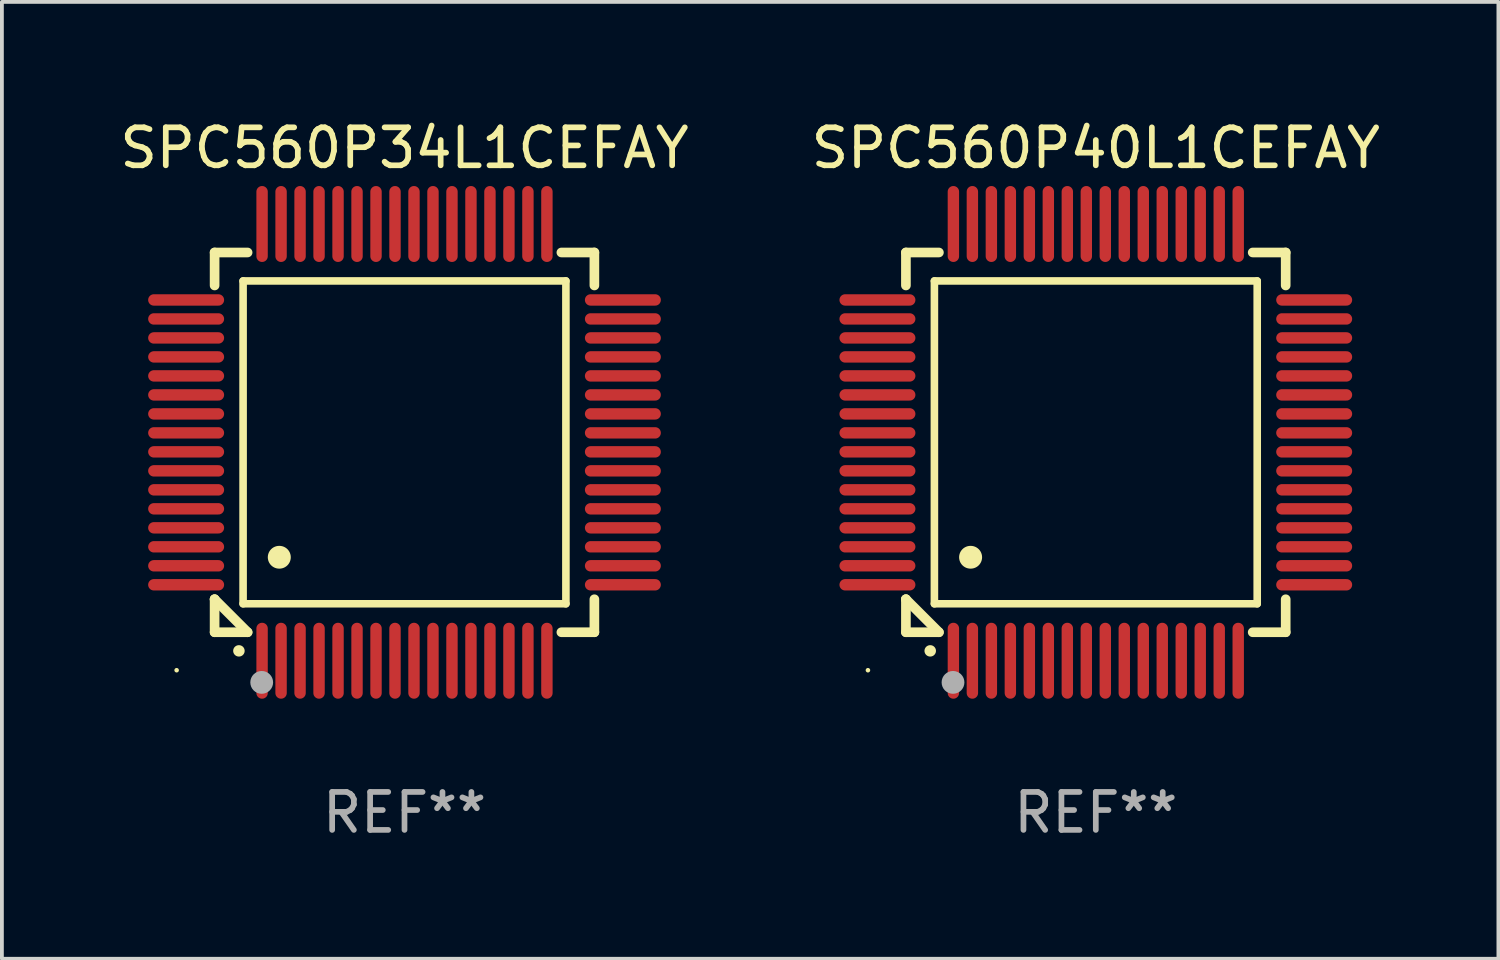
<source format=kicad_pcb>
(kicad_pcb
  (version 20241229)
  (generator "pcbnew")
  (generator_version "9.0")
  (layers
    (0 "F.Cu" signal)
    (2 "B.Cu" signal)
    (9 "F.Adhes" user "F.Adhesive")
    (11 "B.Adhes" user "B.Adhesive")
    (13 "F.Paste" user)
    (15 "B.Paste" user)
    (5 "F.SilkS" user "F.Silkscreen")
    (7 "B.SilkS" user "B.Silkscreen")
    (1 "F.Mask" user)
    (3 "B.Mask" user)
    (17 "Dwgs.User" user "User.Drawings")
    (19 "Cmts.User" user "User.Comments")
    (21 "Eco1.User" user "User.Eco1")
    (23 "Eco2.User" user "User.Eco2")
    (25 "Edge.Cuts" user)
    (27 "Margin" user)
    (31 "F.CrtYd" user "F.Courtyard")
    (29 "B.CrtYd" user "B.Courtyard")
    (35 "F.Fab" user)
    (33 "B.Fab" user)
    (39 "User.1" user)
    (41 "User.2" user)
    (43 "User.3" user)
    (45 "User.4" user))
  (footprint "SPC560P40L1CEFAY"
    (layer "F.Cu")
    (at 25.804 8.598)
    (property "Reference" "SPC560P40L1CEFAY" (at 0 -7.75 0) (layer "F.SilkS") (effects (font (size 1 1) (thickness 0.15))))
    (attr through_hole)
    (fp_line (start -5 -5) (end -4.131 -5) (stroke (width 0.254) (type solid)) (layer "F.SilkS"))
    (fp_line (start -5 -4.131) (end -5 -5) (stroke (width 0.254) (type solid)) (layer "F.SilkS"))
    (fp_line (start -5 4.131) (end -5 4.131) (stroke (width 0.254) (type solid)) (layer "F.SilkS"))
    (fp_line (start -5 5) (end -5 4.131) (stroke (width 0.254) (type solid)) (layer "F.SilkS"))
    (fp_line (start -5 4.131) (end -4.131 5) (stroke (width 0.254) (type solid)) (layer "F.SilkS"))
    (fp_line (start -4.25 -4.25) (end -4.25 4.25) (stroke (width 0.2) (type solid)) (layer "F.SilkS"))
    (fp_line (start -4.25 4.25) (end 4.25 4.25) (stroke (width 0.2) (type solid)) (layer "F.SilkS"))
    (fp_line (start -4.131 5) (end -5 5) (stroke (width 0.254) (type solid)) (layer "F.SilkS"))
    (fp_line (start 4.25 -4.25) (end -4.25 -4.25) (stroke (width 0.2) (type solid)) (layer "F.SilkS"))
    (fp_line (start 4.25 4.25) (end 4.25 -4.25) (stroke (width 0.2) (type solid)) (layer "F.SilkS"))
    (fp_line (start 5 -5) (end 4.131 -5) (stroke (width 0.254) (type solid)) (layer "F.SilkS"))
    (fp_line (start 5 -5) (end 5 -4.131) (stroke (width 0.254) (type solid)) (layer "F.SilkS"))
    (fp_line (start 5 4.131) (end 5 5) (stroke (width 0.254) (type solid)) (layer "F.SilkS"))
    (fp_line (start 5 5) (end 4.131 5) (stroke (width 0.254) (type solid)) (layer "F.SilkS"))
    (fp_arc (start -4.361265 5.489992) (mid -4.359995 5.489987) (end -4.358725 5.489992) (stroke (width 0.3) (type solid)) (layer "F.SilkS"))
    (fp_arc (start -3.299467 3.025146) (mid -3.296927 3.025135) (end -3.294387 3.025146) (stroke (width 0.6) (type solid)) (layer "F.SilkS"))
    (fp_circle (center -6 6) (end -5.97 6) (stroke (width 0.06) (type solid)) (fill no) (layer "F.SilkS"))
    (fp_circle (center -3.76 6.32) (end -3.61 6.32) (stroke (width 0.3) (type solid)) (fill no) (layer "F.Fab"))
    (fp_text user "REF**" (at 0 9.75 0) (layer "F.Fab") (effects (font (size 1 1) (thickness 0.15))))
    (pad "1" smd oval (at -3.75 5.75) (size 0.3 2) (layers "F.Cu" "F.Mask" "F.Paste"))
    (pad "2" smd oval (at -3.25 5.75) (size 0.3 2) (layers "F.Cu" "F.Mask" "F.Paste"))
    (pad "3" smd oval (at -2.75 5.75) (size 0.3 2) (layers "F.Cu" "F.Mask" "F.Paste"))
    (pad "4" smd oval (at -2.25 5.75) (size 0.3 2) (layers "F.Cu" "F.Mask" "F.Paste"))
    (pad "5" smd oval (at -1.75 5.75) (size 0.3 2) (layers "F.Cu" "F.Mask" "F.Paste"))
    (pad "6" smd oval (at -1.25 5.75) (size 0.3 2) (layers "F.Cu" "F.Mask" "F.Paste"))
    (pad "7" smd oval (at -0.75 5.75) (size 0.3 2) (layers "F.Cu" "F.Mask" "F.Paste"))
    (pad "8" smd oval (at -0.25 5.75) (size 0.3 2) (layers "F.Cu" "F.Mask" "F.Paste"))
    (pad "9" smd oval (at 0.25 5.75) (size 0.3 2) (layers "F.Cu" "F.Mask" "F.Paste"))
    (pad "10" smd oval (at 0.75 5.75) (size 0.3 2) (layers "F.Cu" "F.Mask" "F.Paste"))
    (pad "11" smd oval (at 1.25 5.75) (size 0.3 2) (layers "F.Cu" "F.Mask" "F.Paste"))
    (pad "12" smd oval (at 1.75 5.75) (size 0.3 2) (layers "F.Cu" "F.Mask" "F.Paste"))
    (pad "13" smd oval (at 2.25 5.75) (size 0.3 2) (layers "F.Cu" "F.Mask" "F.Paste"))
    (pad "14" smd oval (at 2.75 5.75) (size 0.3 2) (layers "F.Cu" "F.Mask" "F.Paste"))
    (pad "15" smd oval (at 3.25 5.75) (size 0.3 2) (layers "F.Cu" "F.Mask" "F.Paste"))
    (pad "16" smd oval (at 3.75 5.75) (size 0.3 2) (layers "F.Cu" "F.Mask" "F.Paste"))
    (pad "17" smd oval (at 5.75 3.75) (size 2 0.3) (layers "F.Cu" "F.Mask" "F.Paste"))
    (pad "18" smd oval (at 5.75 3.25) (size 2 0.3) (layers "F.Cu" "F.Mask" "F.Paste"))
    (pad "19" smd oval (at 5.75 2.75) (size 2 0.3) (layers "F.Cu" "F.Mask" "F.Paste"))
    (pad "20" smd oval (at 5.75 2.25) (size 2 0.3) (layers "F.Cu" "F.Mask" "F.Paste"))
    (pad "21" smd oval (at 5.75 1.75) (size 2 0.3) (layers "F.Cu" "F.Mask" "F.Paste"))
    (pad "22" smd oval (at 5.75 1.25) (size 2 0.3) (layers "F.Cu" "F.Mask" "F.Paste"))
    (pad "23" smd oval (at 5.75 0.75) (size 2 0.3) (layers "F.Cu" "F.Mask" "F.Paste"))
    (pad "24" smd oval (at 5.75 0.25) (size 2 0.3) (layers "F.Cu" "F.Mask" "F.Paste"))
    (pad "25" smd oval (at 5.75 -0.25) (size 2 0.3) (layers "F.Cu" "F.Mask" "F.Paste"))
    (pad "26" smd oval (at 5.75 -0.75) (size 2 0.3) (layers "F.Cu" "F.Mask" "F.Paste"))
    (pad "27" smd oval (at 5.75 -1.25) (size 2 0.3) (layers "F.Cu" "F.Mask" "F.Paste"))
    (pad "28" smd oval (at 5.75 -1.75) (size 2 0.3) (layers "F.Cu" "F.Mask" "F.Paste"))
    (pad "29" smd oval (at 5.75 -2.25) (size 2 0.3) (layers "F.Cu" "F.Mask" "F.Paste"))
    (pad "30" smd oval (at 5.75 -2.75) (size 2 0.3) (layers "F.Cu" "F.Mask" "F.Paste"))
    (pad "31" smd oval (at 5.75 -3.25) (size 2 0.3) (layers "F.Cu" "F.Mask" "F.Paste"))
    (pad "32" smd oval (at 5.75 -3.75) (size 2 0.3) (layers "F.Cu" "F.Mask" "F.Paste"))
    (pad "33" smd oval (at 3.75 -5.75) (size 0.3 2) (layers "F.Cu" "F.Mask" "F.Paste"))
    (pad "34" smd oval (at 3.25 -5.75) (size 0.3 2) (layers "F.Cu" "F.Mask" "F.Paste"))
    (pad "35" smd oval (at 2.75 -5.75) (size 0.3 2) (layers "F.Cu" "F.Mask" "F.Paste"))
    (pad "36" smd oval (at 2.25 -5.75) (size 0.3 2) (layers "F.Cu" "F.Mask" "F.Paste"))
    (pad "37" smd oval (at 1.75 -5.75) (size 0.3 2) (layers "F.Cu" "F.Mask" "F.Paste"))
    (pad "38" smd oval (at 1.25 -5.75) (size 0.3 2) (layers "F.Cu" "F.Mask" "F.Paste"))
    (pad "39" smd oval (at 0.75 -5.75) (size 0.3 2) (layers "F.Cu" "F.Mask" "F.Paste"))
    (pad "40" smd oval (at 0.25 -5.75) (size 0.3 2) (layers "F.Cu" "F.Mask" "F.Paste"))
    (pad "41" smd oval (at -0.25 -5.75) (size 0.3 2) (layers "F.Cu" "F.Mask" "F.Paste"))
    (pad "42" smd oval (at -0.75 -5.75) (size 0.3 2) (layers "F.Cu" "F.Mask" "F.Paste"))
    (pad "43" smd oval (at -1.25 -5.75) (size 0.3 2) (layers "F.Cu" "F.Mask" "F.Paste"))
    (pad "44" smd oval (at -1.75 -5.75) (size 0.3 2) (layers "F.Cu" "F.Mask" "F.Paste"))
    (pad "45" smd oval (at -2.25 -5.75) (size 0.3 2) (layers "F.Cu" "F.Mask" "F.Paste"))
    (pad "46" smd oval (at -2.75 -5.75) (size 0.3 2) (layers "F.Cu" "F.Mask" "F.Paste"))
    (pad "47" smd oval (at -3.25 -5.75) (size 0.3 2) (layers "F.Cu" "F.Mask" "F.Paste"))
    (pad "48" smd oval (at -3.75 -5.75) (size 0.3 2) (layers "F.Cu" "F.Mask" "F.Paste"))
    (pad "49" smd oval (at -5.75 -3.75) (size 2 0.3) (layers "F.Cu" "F.Mask" "F.Paste"))
    (pad "50" smd oval (at -5.75 -3.25) (size 2 0.3) (layers "F.Cu" "F.Mask" "F.Paste"))
    (pad "51" smd oval (at -5.75 -2.75) (size 2 0.3) (layers "F.Cu" "F.Mask" "F.Paste"))
    (pad "52" smd oval (at -5.75 -2.25) (size 2 0.3) (layers "F.Cu" "F.Mask" "F.Paste"))
    (pad "53" smd oval (at -5.75 -1.75) (size 2 0.3) (layers "F.Cu" "F.Mask" "F.Paste"))
    (pad "54" smd oval (at -5.75 -1.25) (size 2 0.3) (layers "F.Cu" "F.Mask" "F.Paste"))
    (pad "55" smd oval (at -5.75 -0.75) (size 2 0.3) (layers "F.Cu" "F.Mask" "F.Paste"))
    (pad "56" smd oval (at -5.75 -0.25) (size 2 0.3) (layers "F.Cu" "F.Mask" "F.Paste"))
    (pad "57" smd oval (at -5.75 0.25) (size 2 0.3) (layers "F.Cu" "F.Mask" "F.Paste"))
    (pad "58" smd oval (at -5.75 0.75) (size 2 0.3) (layers "F.Cu" "F.Mask" "F.Paste"))
    (pad "59" smd oval (at -5.75 1.25) (size 2 0.3) (layers "F.Cu" "F.Mask" "F.Paste"))
    (pad "60" smd oval (at -5.75 1.75) (size 2 0.3) (layers "F.Cu" "F.Mask" "F.Paste"))
    (pad "61" smd oval (at -5.75 2.25) (size 2 0.3) (layers "F.Cu" "F.Mask" "F.Paste"))
    (pad "62" smd oval (at -5.75 2.75) (size 2 0.3) (layers "F.Cu" "F.Mask" "F.Paste"))
    (pad "63" smd oval (at -5.75 3.25) (size 2 0.3) (layers "F.Cu" "F.Mask" "F.Paste"))
    (pad "64" smd oval (at -5.75 3.75) (size 2 0.3) (layers "F.Cu" "F.Mask" "F.Paste")))
  (footprint "SPC560P34L1CEFAY"
    (layer "F.Cu")
    (at 7.601 8.598)
    (property "Reference" "SPC560P34L1CEFAY" (at 0 -7.75 0) (layer "F.SilkS") (effects (font (size 1 1) (thickness 0.15))))
    (attr through_hole)
    (fp_line (start -5 -5) (end -4.131 -5) (stroke (width 0.254) (type solid)) (layer "F.SilkS"))
    (fp_line (start -5 -4.131) (end -5 -5) (stroke (width 0.254) (type solid)) (layer "F.SilkS"))
    (fp_line (start -5 4.131) (end -5 4.131) (stroke (width 0.254) (type solid)) (layer "F.SilkS"))
    (fp_line (start -5 5) (end -5 4.131) (stroke (width 0.254) (type solid)) (layer "F.SilkS"))
    (fp_line (start -5 4.131) (end -4.131 5) (stroke (width 0.254) (type solid)) (layer "F.SilkS"))
    (fp_line (start -4.25 -4.25) (end -4.25 4.25) (stroke (width 0.2) (type solid)) (layer "F.SilkS"))
    (fp_line (start -4.25 4.25) (end 4.25 4.25) (stroke (width 0.2) (type solid)) (layer "F.SilkS"))
    (fp_line (start -4.131 5) (end -5 5) (stroke (width 0.254) (type solid)) (layer "F.SilkS"))
    (fp_line (start 4.25 -4.25) (end -4.25 -4.25) (stroke (width 0.2) (type solid)) (layer "F.SilkS"))
    (fp_line (start 4.25 4.25) (end 4.25 -4.25) (stroke (width 0.2) (type solid)) (layer "F.SilkS"))
    (fp_line (start 5 -5) (end 4.131 -5) (stroke (width 0.254) (type solid)) (layer "F.SilkS"))
    (fp_line (start 5 -5) (end 5 -4.131) (stroke (width 0.254) (type solid)) (layer "F.SilkS"))
    (fp_line (start 5 4.131) (end 5 5) (stroke (width 0.254) (type solid)) (layer "F.SilkS"))
    (fp_line (start 5 5) (end 4.131 5) (stroke (width 0.254) (type solid)) (layer "F.SilkS"))
    (fp_arc (start -4.361265 5.489992) (mid -4.359995 5.489987) (end -4.358725 5.489992) (stroke (width 0.3) (type solid)) (layer "F.SilkS"))
    (fp_arc (start -3.299467 3.025146) (mid -3.296927 3.025135) (end -3.294387 3.025146) (stroke (width 0.6) (type solid)) (layer "F.SilkS"))
    (fp_circle (center -6 6) (end -5.97 6) (stroke (width 0.06) (type solid)) (fill no) (layer "F.SilkS"))
    (fp_circle (center -3.76 6.32) (end -3.61 6.32) (stroke (width 0.3) (type solid)) (fill no) (layer "F.Fab"))
    (fp_text user "REF**" (at 0 9.75 0) (layer "F.Fab") (effects (font (size 1 1) (thickness 0.15))))
    (pad "1" smd oval (at -3.75 5.75) (size 0.3 2) (layers "F.Cu" "F.Mask" "F.Paste"))
    (pad "2" smd oval (at -3.25 5.75) (size 0.3 2) (layers "F.Cu" "F.Mask" "F.Paste"))
    (pad "3" smd oval (at -2.75 5.75) (size 0.3 2) (layers "F.Cu" "F.Mask" "F.Paste"))
    (pad "4" smd oval (at -2.25 5.75) (size 0.3 2) (layers "F.Cu" "F.Mask" "F.Paste"))
    (pad "5" smd oval (at -1.75 5.75) (size 0.3 2) (layers "F.Cu" "F.Mask" "F.Paste"))
    (pad "6" smd oval (at -1.25 5.75) (size 0.3 2) (layers "F.Cu" "F.Mask" "F.Paste"))
    (pad "7" smd oval (at -0.75 5.75) (size 0.3 2) (layers "F.Cu" "F.Mask" "F.Paste"))
    (pad "8" smd oval (at -0.25 5.75) (size 0.3 2) (layers "F.Cu" "F.Mask" "F.Paste"))
    (pad "9" smd oval (at 0.25 5.75) (size 0.3 2) (layers "F.Cu" "F.Mask" "F.Paste"))
    (pad "10" smd oval (at 0.75 5.75) (size 0.3 2) (layers "F.Cu" "F.Mask" "F.Paste"))
    (pad "11" smd oval (at 1.25 5.75) (size 0.3 2) (layers "F.Cu" "F.Mask" "F.Paste"))
    (pad "12" smd oval (at 1.75 5.75) (size 0.3 2) (layers "F.Cu" "F.Mask" "F.Paste"))
    (pad "13" smd oval (at 2.25 5.75) (size 0.3 2) (layers "F.Cu" "F.Mask" "F.Paste"))
    (pad "14" smd oval (at 2.75 5.75) (size 0.3 2) (layers "F.Cu" "F.Mask" "F.Paste"))
    (pad "15" smd oval (at 3.25 5.75) (size 0.3 2) (layers "F.Cu" "F.Mask" "F.Paste"))
    (pad "16" smd oval (at 3.75 5.75) (size 0.3 2) (layers "F.Cu" "F.Mask" "F.Paste"))
    (pad "17" smd oval (at 5.75 3.75) (size 2 0.3) (layers "F.Cu" "F.Mask" "F.Paste"))
    (pad "18" smd oval (at 5.75 3.25) (size 2 0.3) (layers "F.Cu" "F.Mask" "F.Paste"))
    (pad "19" smd oval (at 5.75 2.75) (size 2 0.3) (layers "F.Cu" "F.Mask" "F.Paste"))
    (pad "20" smd oval (at 5.75 2.25) (size 2 0.3) (layers "F.Cu" "F.Mask" "F.Paste"))
    (pad "21" smd oval (at 5.75 1.75) (size 2 0.3) (layers "F.Cu" "F.Mask" "F.Paste"))
    (pad "22" smd oval (at 5.75 1.25) (size 2 0.3) (layers "F.Cu" "F.Mask" "F.Paste"))
    (pad "23" smd oval (at 5.75 0.75) (size 2 0.3) (layers "F.Cu" "F.Mask" "F.Paste"))
    (pad "24" smd oval (at 5.75 0.25) (size 2 0.3) (layers "F.Cu" "F.Mask" "F.Paste"))
    (pad "25" smd oval (at 5.75 -0.25) (size 2 0.3) (layers "F.Cu" "F.Mask" "F.Paste"))
    (pad "26" smd oval (at 5.75 -0.75) (size 2 0.3) (layers "F.Cu" "F.Mask" "F.Paste"))
    (pad "27" smd oval (at 5.75 -1.25) (size 2 0.3) (layers "F.Cu" "F.Mask" "F.Paste"))
    (pad "28" smd oval (at 5.75 -1.75) (size 2 0.3) (layers "F.Cu" "F.Mask" "F.Paste"))
    (pad "29" smd oval (at 5.75 -2.25) (size 2 0.3) (layers "F.Cu" "F.Mask" "F.Paste"))
    (pad "30" smd oval (at 5.75 -2.75) (size 2 0.3) (layers "F.Cu" "F.Mask" "F.Paste"))
    (pad "31" smd oval (at 5.75 -3.25) (size 2 0.3) (layers "F.Cu" "F.Mask" "F.Paste"))
    (pad "32" smd oval (at 5.75 -3.75) (size 2 0.3) (layers "F.Cu" "F.Mask" "F.Paste"))
    (pad "33" smd oval (at 3.75 -5.75) (size 0.3 2) (layers "F.Cu" "F.Mask" "F.Paste"))
    (pad "34" smd oval (at 3.25 -5.75) (size 0.3 2) (layers "F.Cu" "F.Mask" "F.Paste"))
    (pad "35" smd oval (at 2.75 -5.75) (size 0.3 2) (layers "F.Cu" "F.Mask" "F.Paste"))
    (pad "36" smd oval (at 2.25 -5.75) (size 0.3 2) (layers "F.Cu" "F.Mask" "F.Paste"))
    (pad "37" smd oval (at 1.75 -5.75) (size 0.3 2) (layers "F.Cu" "F.Mask" "F.Paste"))
    (pad "38" smd oval (at 1.25 -5.75) (size 0.3 2) (layers "F.Cu" "F.Mask" "F.Paste"))
    (pad "39" smd oval (at 0.75 -5.75) (size 0.3 2) (layers "F.Cu" "F.Mask" "F.Paste"))
    (pad "40" smd oval (at 0.25 -5.75) (size 0.3 2) (layers "F.Cu" "F.Mask" "F.Paste"))
    (pad "41" smd oval (at -0.25 -5.75) (size 0.3 2) (layers "F.Cu" "F.Mask" "F.Paste"))
    (pad "42" smd oval (at -0.75 -5.75) (size 0.3 2) (layers "F.Cu" "F.Mask" "F.Paste"))
    (pad "43" smd oval (at -1.25 -5.75) (size 0.3 2) (layers "F.Cu" "F.Mask" "F.Paste"))
    (pad "44" smd oval (at -1.75 -5.75) (size 0.3 2) (layers "F.Cu" "F.Mask" "F.Paste"))
    (pad "45" smd oval (at -2.25 -5.75) (size 0.3 2) (layers "F.Cu" "F.Mask" "F.Paste"))
    (pad "46" smd oval (at -2.75 -5.75) (size 0.3 2) (layers "F.Cu" "F.Mask" "F.Paste"))
    (pad "47" smd oval (at -3.25 -5.75) (size 0.3 2) (layers "F.Cu" "F.Mask" "F.Paste"))
    (pad "48" smd oval (at -3.75 -5.75) (size 0.3 2) (layers "F.Cu" "F.Mask" "F.Paste"))
    (pad "49" smd oval (at -5.75 -3.75) (size 2 0.3) (layers "F.Cu" "F.Mask" "F.Paste"))
    (pad "50" smd oval (at -5.75 -3.25) (size 2 0.3) (layers "F.Cu" "F.Mask" "F.Paste"))
    (pad "51" smd oval (at -5.75 -2.75) (size 2 0.3) (layers "F.Cu" "F.Mask" "F.Paste"))
    (pad "52" smd oval (at -5.75 -2.25) (size 2 0.3) (layers "F.Cu" "F.Mask" "F.Paste"))
    (pad "53" smd oval (at -5.75 -1.75) (size 2 0.3) (layers "F.Cu" "F.Mask" "F.Paste"))
    (pad "54" smd oval (at -5.75 -1.25) (size 2 0.3) (layers "F.Cu" "F.Mask" "F.Paste"))
    (pad "55" smd oval (at -5.75 -0.75) (size 2 0.3) (layers "F.Cu" "F.Mask" "F.Paste"))
    (pad "56" smd oval (at -5.75 -0.25) (size 2 0.3) (layers "F.Cu" "F.Mask" "F.Paste"))
    (pad "57" smd oval (at -5.75 0.25) (size 2 0.3) (layers "F.Cu" "F.Mask" "F.Paste"))
    (pad "58" smd oval (at -5.75 0.75) (size 2 0.3) (layers "F.Cu" "F.Mask" "F.Paste"))
    (pad "59" smd oval (at -5.75 1.25) (size 2 0.3) (layers "F.Cu" "F.Mask" "F.Paste"))
    (pad "60" smd oval (at -5.75 1.75) (size 2 0.3) (layers "F.Cu" "F.Mask" "F.Paste"))
    (pad "61" smd oval (at -5.75 2.25) (size 2 0.3) (layers "F.Cu" "F.Mask" "F.Paste"))
    (pad "62" smd oval (at -5.75 2.75) (size 2 0.3) (layers "F.Cu" "F.Mask" "F.Paste"))
    (pad "63" smd oval (at -5.75 3.25) (size 2 0.3) (layers "F.Cu" "F.Mask" "F.Paste"))
    (pad "64" smd oval (at -5.75 3.75) (size 2 0.3) (layers "F.Cu" "F.Mask" "F.Paste")))
  (gr_rect
    (start -3 -3)
    (end 36.405 22.196)
    (stroke (width 0.1) (type default))
    (fill no)
    (layer "Edge.Cuts")))
</source>
